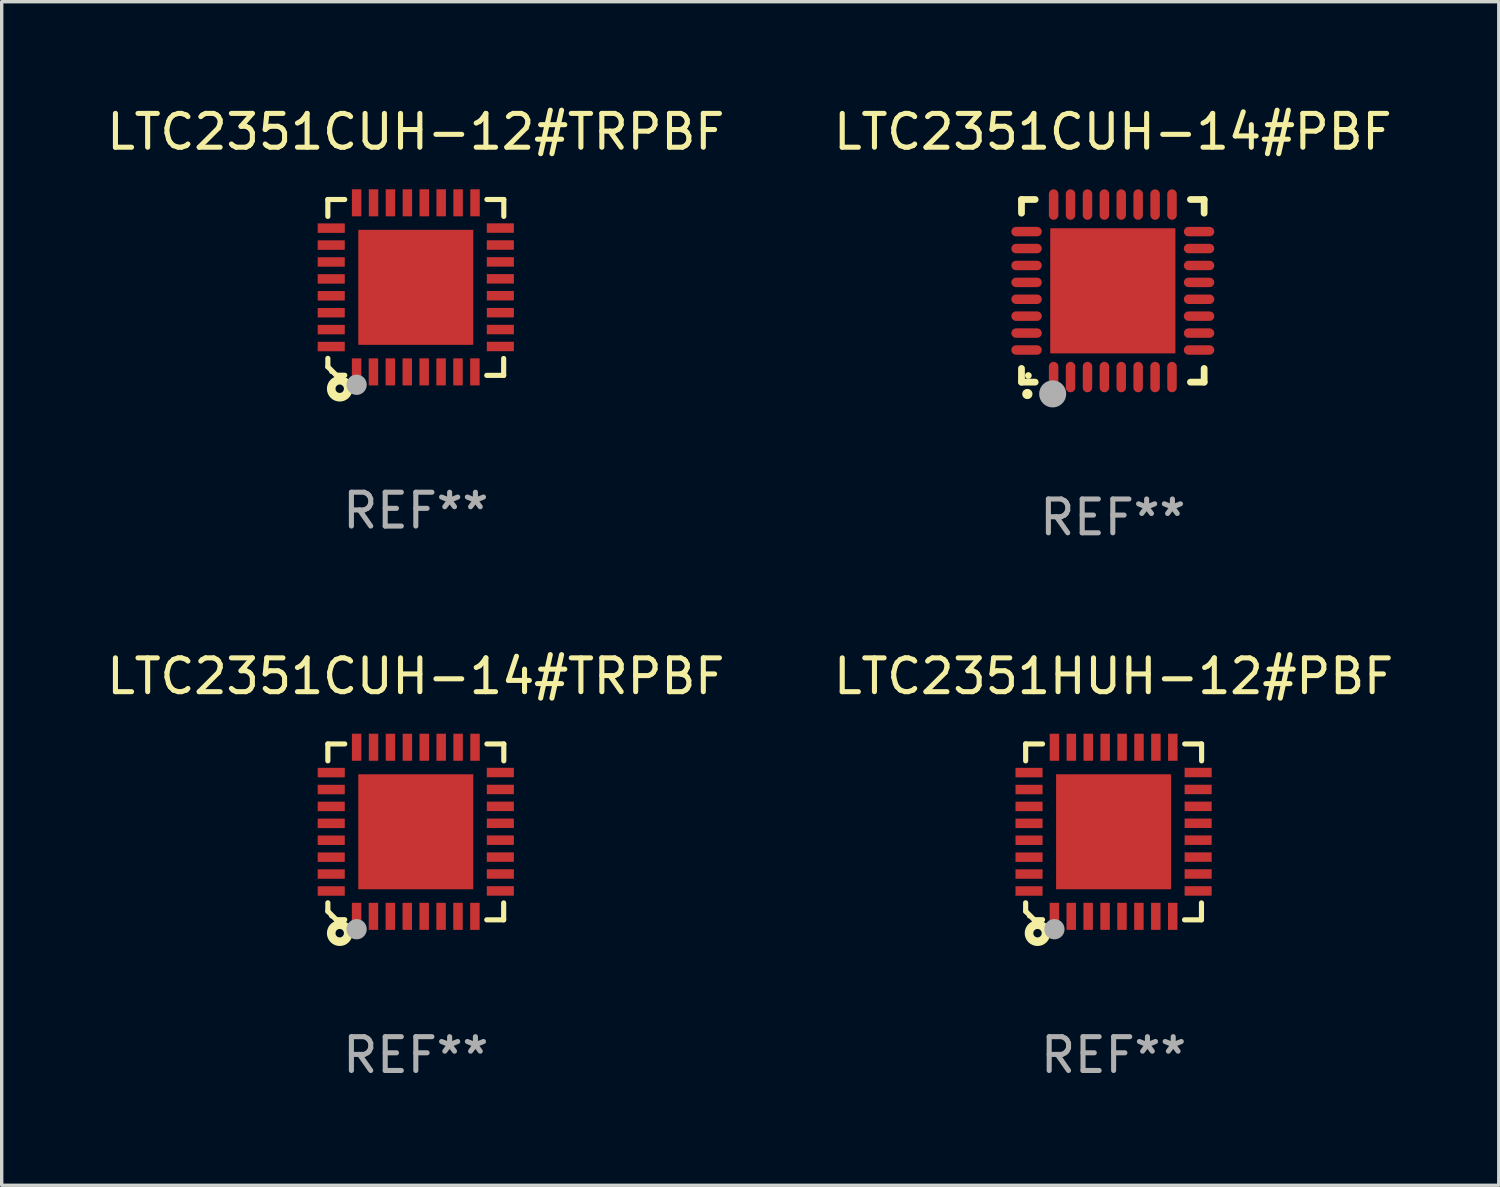
<source format=kicad_pcb>
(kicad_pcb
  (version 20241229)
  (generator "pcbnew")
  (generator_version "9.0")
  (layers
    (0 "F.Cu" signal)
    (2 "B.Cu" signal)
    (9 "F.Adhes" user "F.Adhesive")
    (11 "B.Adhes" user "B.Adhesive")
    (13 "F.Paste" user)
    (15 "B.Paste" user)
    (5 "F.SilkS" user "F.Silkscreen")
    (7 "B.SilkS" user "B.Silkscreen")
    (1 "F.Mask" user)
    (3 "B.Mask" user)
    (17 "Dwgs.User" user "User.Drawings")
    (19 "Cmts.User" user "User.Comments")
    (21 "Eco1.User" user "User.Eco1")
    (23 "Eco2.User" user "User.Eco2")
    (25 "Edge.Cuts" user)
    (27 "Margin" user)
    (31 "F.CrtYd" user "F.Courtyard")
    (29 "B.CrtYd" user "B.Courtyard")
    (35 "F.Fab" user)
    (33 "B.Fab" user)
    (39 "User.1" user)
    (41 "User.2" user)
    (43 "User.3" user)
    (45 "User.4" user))
  (footprint "LTC2351CUH-14#PBF"
    (layer "F.Cu")
    (at 29.851 5.548)
    (property "Reference" "LTC2351CUH-14#PBF" (at 0 -4.7 0) (layer "F.SilkS") (effects (font (size 1 1) (thickness 0.15))))
    (attr through_hole)
    (fp_line (start -2.7 -2.7) (end -2.295 -2.7) (stroke (width 0.2) (type solid)) (layer "F.SilkS"))
    (fp_line (start -2.7 -2.295) (end -2.7 -2.7) (stroke (width 0.2) (type solid)) (layer "F.SilkS"))
    (fp_line (start -2.7 2.7) (end -2.7 2.295) (stroke (width 0.2) (type solid)) (layer "F.SilkS"))
    (fp_line (start -2.295 2.7) (end -2.7 2.7) (stroke (width 0.2) (type solid)) (layer "F.SilkS"))
    (fp_line (start 2.295 2.7) (end 2.7 2.7) (stroke (width 0.2) (type solid)) (layer "F.SilkS"))
    (fp_line (start 2.7 -2.7) (end 2.295 -2.7) (stroke (width 0.2) (type solid)) (layer "F.SilkS"))
    (fp_line (start 2.7 -2.295) (end 2.7 -2.7) (stroke (width 0.2) (type solid)) (layer "F.SilkS"))
    (fp_line (start 2.7 2.7) (end 2.7 2.295) (stroke (width 0.2) (type solid)) (layer "F.SilkS"))
    (fp_arc (start -2.527889 3.050546) (mid -2.526619 3.050541) (end -2.525349 3.050546) (stroke (width 0.3) (type solid)) (layer "F.SilkS"))
    (fp_circle (center -2.497 2.505) (end -2.447 2.505) (stroke (width 0.1) (type solid)) (fill no) (layer "F.SilkS"))
    (fp_circle (center -1.778 3.048) (end -1.578 3.048) (stroke (width 0.4) (type solid)) (fill no) (layer "F.Fab"))
    (fp_text user "REF**" (at 0 6.7 0) (layer "F.Fab") (effects (font (size 1 1) (thickness 0.15))))
    (pad "1" smd oval (at -1.75 2.55) (size 0.28 0.9) (layers "F.Cu" "F.Mask" "F.Paste"))
    (pad "2" smd oval (at -1.25 2.55) (size 0.28 0.9) (layers "F.Cu" "F.Mask" "F.Paste"))
    (pad "3" smd oval (at -0.749 2.55) (size 0.28 0.9) (layers "F.Cu" "F.Mask" "F.Paste"))
    (pad "4" smd oval (at -0.249 2.55) (size 0.28 0.9) (layers "F.Cu" "F.Mask" "F.Paste"))
    (pad "5" smd oval (at 0.249 2.55) (size 0.28 0.9) (layers "F.Cu" "F.Mask" "F.Paste"))
    (pad "6" smd oval (at 0.749 2.55) (size 0.28 0.9) (layers "F.Cu" "F.Mask" "F.Paste"))
    (pad "7" smd oval (at 1.25 2.55) (size 0.28 0.9) (layers "F.Cu" "F.Mask" "F.Paste"))
    (pad "8" smd oval (at 1.75 2.55) (size 0.28 0.9) (layers "F.Cu" "F.Mask" "F.Paste"))
    (pad "9" smd oval (at 2.55 1.75) (size 0.9 0.28) (layers "F.Cu" "F.Mask" "F.Paste"))
    (pad "10" smd oval (at 2.55 1.25) (size 0.9 0.28) (layers "F.Cu" "F.Mask" "F.Paste"))
    (pad "11" smd oval (at 2.55 0.749) (size 0.9 0.28) (layers "F.Cu" "F.Mask" "F.Paste"))
    (pad "12" smd oval (at 2.55 0.249) (size 0.9 0.28) (layers "F.Cu" "F.Mask" "F.Paste"))
    (pad "13" smd oval (at 2.55 -0.249) (size 0.9 0.28) (layers "F.Cu" "F.Mask" "F.Paste"))
    (pad "14" smd oval (at 2.55 -0.749) (size 0.9 0.28) (layers "F.Cu" "F.Mask" "F.Paste"))
    (pad "15" smd oval (at 2.55 -1.25) (size 0.9 0.28) (layers "F.Cu" "F.Mask" "F.Paste"))
    (pad "16" smd oval (at 2.55 -1.75) (size 0.9 0.28) (layers "F.Cu" "F.Mask" "F.Paste"))
    (pad "17" smd oval (at 1.75 -2.55) (size 0.28 0.9) (layers "F.Cu" "F.Mask" "F.Paste"))
    (pad "18" smd oval (at 1.25 -2.55) (size 0.28 0.9) (layers "F.Cu" "F.Mask" "F.Paste"))
    (pad "19" smd oval (at 0.749 -2.55) (size 0.28 0.9) (layers "F.Cu" "F.Mask" "F.Paste"))
    (pad "20" smd oval (at 0.249 -2.55) (size 0.28 0.9) (layers "F.Cu" "F.Mask" "F.Paste"))
    (pad "21" smd oval (at -0.249 -2.55) (size 0.28 0.9) (layers "F.Cu" "F.Mask" "F.Paste"))
    (pad "22" smd oval (at -0.749 -2.55) (size 0.28 0.9) (layers "F.Cu" "F.Mask" "F.Paste"))
    (pad "23" smd oval (at -1.25 -2.55) (size 0.28 0.9) (layers "F.Cu" "F.Mask" "F.Paste"))
    (pad "24" smd oval (at -1.75 -2.55) (size 0.28 0.9) (layers "F.Cu" "F.Mask" "F.Paste"))
    (pad "25" smd oval (at -2.55 -1.75) (size 0.9 0.28) (layers "F.Cu" "F.Mask" "F.Paste"))
    (pad "26" smd oval (at -2.55 -1.25) (size 0.9 0.28) (layers "F.Cu" "F.Mask" "F.Paste"))
    (pad "27" smd oval (at -2.55 -0.749) (size 0.9 0.28) (layers "F.Cu" "F.Mask" "F.Paste"))
    (pad "28" smd oval (at -2.55 -0.249) (size 0.9 0.28) (layers "F.Cu" "F.Mask" "F.Paste"))
    (pad "29" smd oval (at -2.55 0.249) (size 0.9 0.28) (layers "F.Cu" "F.Mask" "F.Paste"))
    (pad "30" smd oval (at -2.55 0.749) (size 0.9 0.28) (layers "F.Cu" "F.Mask" "F.Paste"))
    (pad "31" smd oval (at -2.55 1.25) (size 0.9 0.28) (layers "F.Cu" "F.Mask" "F.Paste"))
    (pad "32" smd oval (at -2.55 1.75) (size 0.9 0.28) (layers "F.Cu" "F.Mask" "F.Paste"))
    (pad "33" smd rect (at 0.000076 0.000076) (size 3.7 3.7) (layers "F.Cu" "F.Mask" "F.Paste")))
  (footprint "LTC2351CUH-12#TRPBF"
    (layer "F.Cu")
    (at 9.244 5.448)
    (property "Reference" "LTC2351CUH-12#TRPBF" (at 0 -4.6 0) (layer "F.SilkS") (effects (font (size 1 1) (thickness 0.15))))
    (attr through_hole)
    (fp_line (start -2.601 2.097) (end -2.601 2.347) (stroke (width 0.152) (type solid)) (layer "F.SilkS"))
    (fp_line (start -2.601 2.347) (end -2.351 2.597) (stroke (width 0.152) (type solid)) (layer "F.SilkS"))
    (fp_line (start -2.601 -2.6) (end -2.601 -2.1) (stroke (width 0.152) (type solid)) (layer "F.SilkS"))
    (fp_line (start -2.601 -2.6) (end -2.101 -2.6) (stroke (width 0.152) (type solid)) (layer "F.SilkS"))
    (fp_line (start -2.351 2.597) (end -2.101 2.597) (stroke (width 0.152) (type solid)) (layer "F.SilkS"))
    (fp_line (start 2.597 2.6) (end 2.097 2.6) (stroke (width 0.152) (type solid)) (layer "F.SilkS"))
    (fp_line (start 2.597 2.6) (end 2.597 2.1) (stroke (width 0.152) (type solid)) (layer "F.SilkS"))
    (fp_line (start 2.601 -2.6) (end 2.101 -2.6) (stroke (width 0.152) (type solid)) (layer "F.SilkS"))
    (fp_line (start 2.601 -2.6) (end 2.601 -2.1) (stroke (width 0.152) (type solid)) (layer "F.SilkS"))
    (fp_circle (center -2.501 2.497) (end -2.471 2.497) (stroke (width 0.06) (type solid)) (fill no) (layer "F.SilkS"))
    (fp_circle (center -2.25 2.995) (end -2.125 2.995) (stroke (width 0.254) (type solid)) (fill no) (layer "F.SilkS"))
    (fp_circle (center -1.751 2.878) (end -1.601 2.878) (stroke (width 0.3) (type solid)) (fill no) (layer "F.Fab"))
    (fp_text user "REF**" (at 0 6.6 0) (layer "F.Fab") (effects (font (size 1 1) (thickness 0.15))))
    (pad "1" smd rect (at -1.751 2.497) (size 0.28 0.8) (layers "F.Cu" "F.Mask" "F.Paste"))
    (pad "2" smd rect (at -1.253 2.497) (size 0.28 0.8) (layers "F.Cu" "F.Mask" "F.Paste"))
    (pad "3" smd rect (at -0.753 2.497) (size 0.28 0.8) (layers "F.Cu" "F.Mask" "F.Paste"))
    (pad "4" smd rect (at -0.253 2.497) (size 0.28 0.8) (layers "F.Cu" "F.Mask" "F.Paste"))
    (pad "5" smd rect (at 0.247 2.497) (size 0.28 0.8) (layers "F.Cu" "F.Mask" "F.Paste"))
    (pad "6" smd rect (at 0.747 2.497) (size 0.28 0.8) (layers "F.Cu" "F.Mask" "F.Paste"))
    (pad "7" smd rect (at 1.247 2.497) (size 0.28 0.8) (layers "F.Cu" "F.Mask" "F.Paste"))
    (pad "8" smd rect (at 1.747 2.497) (size 0.28 0.8) (layers "F.Cu" "F.Mask" "F.Paste"))
    (pad "9" smd rect (at 2.499 1.746) (size 0.8 0.28) (layers "F.Cu" "F.Mask" "F.Paste"))
    (pad "10" smd rect (at 2.499 1.245) (size 0.8 0.28) (layers "F.Cu" "F.Mask" "F.Paste"))
    (pad "11" smd rect (at 2.499 0.746) (size 0.8 0.28) (layers "F.Cu" "F.Mask" "F.Paste"))
    (pad "12" smd rect (at 2.499 0.245) (size 0.8 0.28) (layers "F.Cu" "F.Mask" "F.Paste"))
    (pad "13" smd rect (at 2.499 -0.254) (size 0.8 0.28) (layers "F.Cu" "F.Mask" "F.Paste"))
    (pad "14" smd rect (at 2.499 -0.755) (size 0.8 0.28) (layers "F.Cu" "F.Mask" "F.Paste"))
    (pad "15" smd rect (at 2.499 -1.254) (size 0.8 0.28) (layers "F.Cu" "F.Mask" "F.Paste"))
    (pad "16" smd rect (at 2.499 -1.755) (size 0.8 0.28) (layers "F.Cu" "F.Mask" "F.Paste"))
    (pad "17" smd rect (at 1.75 -2.502) (size 0.28 0.8) (layers "F.Cu" "F.Mask" "F.Paste"))
    (pad "18" smd rect (at 1.25 -2.502) (size 0.28 0.8) (layers "F.Cu" "F.Mask" "F.Paste"))
    (pad "19" smd rect (at 0.75 -2.502) (size 0.28 0.8) (layers "F.Cu" "F.Mask" "F.Paste"))
    (pad "20" smd rect (at 0.25 -2.502) (size 0.28 0.8) (layers "F.Cu" "F.Mask" "F.Paste"))
    (pad "21" smd rect (at -0.25 -2.502) (size 0.28 0.8) (layers "F.Cu" "F.Mask" "F.Paste"))
    (pad "22" smd rect (at -0.75 -2.502) (size 0.28 0.8) (layers "F.Cu" "F.Mask" "F.Paste"))
    (pad "23" smd rect (at -1.25 -2.502) (size 0.28 0.8) (layers "F.Cu" "F.Mask" "F.Paste"))
    (pad "24" smd rect (at -1.75 -2.502) (size 0.28 0.8) (layers "F.Cu" "F.Mask" "F.Paste"))
    (pad "25" smd rect (at -2.501 -1.753) (size 0.8 0.28) (layers "F.Cu" "F.Mask" "F.Paste"))
    (pad "26" smd rect (at -2.501 -1.252) (size 0.8 0.28) (layers "F.Cu" "F.Mask" "F.Paste"))
    (pad "27" smd rect (at -2.501 -0.753) (size 0.8 0.28) (layers "F.Cu" "F.Mask" "F.Paste"))
    (pad "28" smd rect (at -2.501 -0.252) (size 0.8 0.28) (layers "F.Cu" "F.Mask" "F.Paste"))
    (pad "29" smd rect (at -2.501 0.247) (size 0.8 0.28) (layers "F.Cu" "F.Mask" "F.Paste"))
    (pad "30" smd rect (at -2.501 0.748) (size 0.8 0.28) (layers "F.Cu" "F.Mask" "F.Paste"))
    (pad "31" smd rect (at -2.501 1.247) (size 0.8 0.28) (layers "F.Cu" "F.Mask" "F.Paste"))
    (pad "32" smd rect (at -2.501 1.748) (size 0.8 0.28) (layers "F.Cu" "F.Mask" "F.Paste"))
    (pad "33" smd rect (at -0.001 -0.003 180) (size 3.4 3.4) (layers "F.Cu" "F.Mask" "F.Paste")))
  (footprint "LTC2351CUH-14#TRPBF"
    (layer "F.Cu")
    (at 9.244 21.545)
    (property "Reference" "LTC2351CUH-14#TRPBF" (at 0 -4.6 0) (layer "F.SilkS") (effects (font (size 1 1) (thickness 0.15))))
    (attr through_hole)
    (fp_line (start -2.601 2.097) (end -2.601 2.347) (stroke (width 0.152) (type solid)) (layer "F.SilkS"))
    (fp_line (start -2.601 2.347) (end -2.351 2.597) (stroke (width 0.152) (type solid)) (layer "F.SilkS"))
    (fp_line (start -2.601 -2.6) (end -2.601 -2.1) (stroke (width 0.152) (type solid)) (layer "F.SilkS"))
    (fp_line (start -2.601 -2.6) (end -2.101 -2.6) (stroke (width 0.152) (type solid)) (layer "F.SilkS"))
    (fp_line (start -2.351 2.597) (end -2.101 2.597) (stroke (width 0.152) (type solid)) (layer "F.SilkS"))
    (fp_line (start 2.597 2.6) (end 2.097 2.6) (stroke (width 0.152) (type solid)) (layer "F.SilkS"))
    (fp_line (start 2.597 2.6) (end 2.597 2.1) (stroke (width 0.152) (type solid)) (layer "F.SilkS"))
    (fp_line (start 2.601 -2.6) (end 2.101 -2.6) (stroke (width 0.152) (type solid)) (layer "F.SilkS"))
    (fp_line (start 2.601 -2.6) (end 2.601 -2.1) (stroke (width 0.152) (type solid)) (layer "F.SilkS"))
    (fp_circle (center -2.501 2.497) (end -2.471 2.497) (stroke (width 0.06) (type solid)) (fill no) (layer "F.SilkS"))
    (fp_circle (center -2.25 2.995) (end -2.125 2.995) (stroke (width 0.254) (type solid)) (fill no) (layer "F.SilkS"))
    (fp_circle (center -1.751 2.878) (end -1.601 2.878) (stroke (width 0.3) (type solid)) (fill no) (layer "F.Fab"))
    (fp_text user "REF**" (at 0 6.6 0) (layer "F.Fab") (effects (font (size 1 1) (thickness 0.15))))
    (pad "1" smd rect (at -1.751 2.497) (size 0.28 0.8) (layers "F.Cu" "F.Mask" "F.Paste"))
    (pad "2" smd rect (at -1.253 2.497) (size 0.28 0.8) (layers "F.Cu" "F.Mask" "F.Paste"))
    (pad "3" smd rect (at -0.753 2.497) (size 0.28 0.8) (layers "F.Cu" "F.Mask" "F.Paste"))
    (pad "4" smd rect (at -0.253 2.497) (size 0.28 0.8) (layers "F.Cu" "F.Mask" "F.Paste"))
    (pad "5" smd rect (at 0.247 2.497) (size 0.28 0.8) (layers "F.Cu" "F.Mask" "F.Paste"))
    (pad "6" smd rect (at 0.747 2.497) (size 0.28 0.8) (layers "F.Cu" "F.Mask" "F.Paste"))
    (pad "7" smd rect (at 1.247 2.497) (size 0.28 0.8) (layers "F.Cu" "F.Mask" "F.Paste"))
    (pad "8" smd rect (at 1.747 2.497) (size 0.28 0.8) (layers "F.Cu" "F.Mask" "F.Paste"))
    (pad "9" smd rect (at 2.499 1.746) (size 0.8 0.28) (layers "F.Cu" "F.Mask" "F.Paste"))
    (pad "10" smd rect (at 2.499 1.245) (size 0.8 0.28) (layers "F.Cu" "F.Mask" "F.Paste"))
    (pad "11" smd rect (at 2.499 0.746) (size 0.8 0.28) (layers "F.Cu" "F.Mask" "F.Paste"))
    (pad "12" smd rect (at 2.499 0.245) (size 0.8 0.28) (layers "F.Cu" "F.Mask" "F.Paste"))
    (pad "13" smd rect (at 2.499 -0.254) (size 0.8 0.28) (layers "F.Cu" "F.Mask" "F.Paste"))
    (pad "14" smd rect (at 2.499 -0.755) (size 0.8 0.28) (layers "F.Cu" "F.Mask" "F.Paste"))
    (pad "15" smd rect (at 2.499 -1.254) (size 0.8 0.28) (layers "F.Cu" "F.Mask" "F.Paste"))
    (pad "16" smd rect (at 2.499 -1.755) (size 0.8 0.28) (layers "F.Cu" "F.Mask" "F.Paste"))
    (pad "17" smd rect (at 1.75 -2.502) (size 0.28 0.8) (layers "F.Cu" "F.Mask" "F.Paste"))
    (pad "18" smd rect (at 1.25 -2.502) (size 0.28 0.8) (layers "F.Cu" "F.Mask" "F.Paste"))
    (pad "19" smd rect (at 0.75 -2.502) (size 0.28 0.8) (layers "F.Cu" "F.Mask" "F.Paste"))
    (pad "20" smd rect (at 0.25 -2.502) (size 0.28 0.8) (layers "F.Cu" "F.Mask" "F.Paste"))
    (pad "21" smd rect (at -0.25 -2.502) (size 0.28 0.8) (layers "F.Cu" "F.Mask" "F.Paste"))
    (pad "22" smd rect (at -0.75 -2.502) (size 0.28 0.8) (layers "F.Cu" "F.Mask" "F.Paste"))
    (pad "23" smd rect (at -1.25 -2.502) (size 0.28 0.8) (layers "F.Cu" "F.Mask" "F.Paste"))
    (pad "24" smd rect (at -1.75 -2.502) (size 0.28 0.8) (layers "F.Cu" "F.Mask" "F.Paste"))
    (pad "25" smd rect (at -2.501 -1.753) (size 0.8 0.28) (layers "F.Cu" "F.Mask" "F.Paste"))
    (pad "26" smd rect (at -2.501 -1.252) (size 0.8 0.28) (layers "F.Cu" "F.Mask" "F.Paste"))
    (pad "27" smd rect (at -2.501 -0.753) (size 0.8 0.28) (layers "F.Cu" "F.Mask" "F.Paste"))
    (pad "28" smd rect (at -2.501 -0.252) (size 0.8 0.28) (layers "F.Cu" "F.Mask" "F.Paste"))
    (pad "29" smd rect (at -2.501 0.247) (size 0.8 0.28) (layers "F.Cu" "F.Mask" "F.Paste"))
    (pad "30" smd rect (at -2.501 0.748) (size 0.8 0.28) (layers "F.Cu" "F.Mask" "F.Paste"))
    (pad "31" smd rect (at -2.501 1.247) (size 0.8 0.28) (layers "F.Cu" "F.Mask" "F.Paste"))
    (pad "32" smd rect (at -2.501 1.748) (size 0.8 0.28) (layers "F.Cu" "F.Mask" "F.Paste"))
    (pad "33" smd rect (at -0.001 -0.003 180) (size 3.4 3.4) (layers "F.Cu" "F.Mask" "F.Paste")))
  (footprint "LTC2351HUH-12#PBF"
    (layer "F.Cu")
    (at 29.875 21.545)
    (property "Reference" "LTC2351HUH-12#PBF" (at 0 -4.6 0) (layer "F.SilkS") (effects (font (size 1 1) (thickness 0.15))))
    (attr through_hole)
    (fp_line (start -2.601 2.097) (end -2.601 2.347) (stroke (width 0.152) (type solid)) (layer "F.SilkS"))
    (fp_line (start -2.601 2.347) (end -2.351 2.597) (stroke (width 0.152) (type solid)) (layer "F.SilkS"))
    (fp_line (start -2.601 -2.6) (end -2.601 -2.1) (stroke (width 0.152) (type solid)) (layer "F.SilkS"))
    (fp_line (start -2.601 -2.6) (end -2.101 -2.6) (stroke (width 0.152) (type solid)) (layer "F.SilkS"))
    (fp_line (start -2.351 2.597) (end -2.101 2.597) (stroke (width 0.152) (type solid)) (layer "F.SilkS"))
    (fp_line (start 2.597 2.6) (end 2.097 2.6) (stroke (width 0.152) (type solid)) (layer "F.SilkS"))
    (fp_line (start 2.597 2.6) (end 2.597 2.1) (stroke (width 0.152) (type solid)) (layer "F.SilkS"))
    (fp_line (start 2.601 -2.6) (end 2.101 -2.6) (stroke (width 0.152) (type solid)) (layer "F.SilkS"))
    (fp_line (start 2.601 -2.6) (end 2.601 -2.1) (stroke (width 0.152) (type solid)) (layer "F.SilkS"))
    (fp_circle (center -2.501 2.497) (end -2.471 2.497) (stroke (width 0.06) (type solid)) (fill no) (layer "F.SilkS"))
    (fp_circle (center -2.25 2.995) (end -2.125 2.995) (stroke (width 0.254) (type solid)) (fill no) (layer "F.SilkS"))
    (fp_circle (center -1.751 2.878) (end -1.601 2.878) (stroke (width 0.3) (type solid)) (fill no) (layer "F.Fab"))
    (fp_text user "REF**" (at 0 6.6 0) (layer "F.Fab") (effects (font (size 1 1) (thickness 0.15))))
    (pad "1" smd rect (at -1.751 2.497) (size 0.28 0.8) (layers "F.Cu" "F.Mask" "F.Paste"))
    (pad "2" smd rect (at -1.253 2.497) (size 0.28 0.8) (layers "F.Cu" "F.Mask" "F.Paste"))
    (pad "3" smd rect (at -0.753 2.497) (size 0.28 0.8) (layers "F.Cu" "F.Mask" "F.Paste"))
    (pad "4" smd rect (at -0.253 2.497) (size 0.28 0.8) (layers "F.Cu" "F.Mask" "F.Paste"))
    (pad "5" smd rect (at 0.247 2.497) (size 0.28 0.8) (layers "F.Cu" "F.Mask" "F.Paste"))
    (pad "6" smd rect (at 0.747 2.497) (size 0.28 0.8) (layers "F.Cu" "F.Mask" "F.Paste"))
    (pad "7" smd rect (at 1.247 2.497) (size 0.28 0.8) (layers "F.Cu" "F.Mask" "F.Paste"))
    (pad "8" smd rect (at 1.747 2.497) (size 0.28 0.8) (layers "F.Cu" "F.Mask" "F.Paste"))
    (pad "9" smd rect (at 2.499 1.746) (size 0.8 0.28) (layers "F.Cu" "F.Mask" "F.Paste"))
    (pad "10" smd rect (at 2.499 1.245) (size 0.8 0.28) (layers "F.Cu" "F.Mask" "F.Paste"))
    (pad "11" smd rect (at 2.499 0.746) (size 0.8 0.28) (layers "F.Cu" "F.Mask" "F.Paste"))
    (pad "12" smd rect (at 2.499 0.245) (size 0.8 0.28) (layers "F.Cu" "F.Mask" "F.Paste"))
    (pad "13" smd rect (at 2.499 -0.254) (size 0.8 0.28) (layers "F.Cu" "F.Mask" "F.Paste"))
    (pad "14" smd rect (at 2.499 -0.755) (size 0.8 0.28) (layers "F.Cu" "F.Mask" "F.Paste"))
    (pad "15" smd rect (at 2.499 -1.254) (size 0.8 0.28) (layers "F.Cu" "F.Mask" "F.Paste"))
    (pad "16" smd rect (at 2.499 -1.755) (size 0.8 0.28) (layers "F.Cu" "F.Mask" "F.Paste"))
    (pad "17" smd rect (at 1.75 -2.502) (size 0.28 0.8) (layers "F.Cu" "F.Mask" "F.Paste"))
    (pad "18" smd rect (at 1.25 -2.502) (size 0.28 0.8) (layers "F.Cu" "F.Mask" "F.Paste"))
    (pad "19" smd rect (at 0.75 -2.502) (size 0.28 0.8) (layers "F.Cu" "F.Mask" "F.Paste"))
    (pad "20" smd rect (at 0.25 -2.502) (size 0.28 0.8) (layers "F.Cu" "F.Mask" "F.Paste"))
    (pad "21" smd rect (at -0.25 -2.502) (size 0.28 0.8) (layers "F.Cu" "F.Mask" "F.Paste"))
    (pad "22" smd rect (at -0.75 -2.502) (size 0.28 0.8) (layers "F.Cu" "F.Mask" "F.Paste"))
    (pad "23" smd rect (at -1.25 -2.502) (size 0.28 0.8) (layers "F.Cu" "F.Mask" "F.Paste"))
    (pad "24" smd rect (at -1.75 -2.502) (size 0.28 0.8) (layers "F.Cu" "F.Mask" "F.Paste"))
    (pad "25" smd rect (at -2.501 -1.753) (size 0.8 0.28) (layers "F.Cu" "F.Mask" "F.Paste"))
    (pad "26" smd rect (at -2.501 -1.252) (size 0.8 0.28) (layers "F.Cu" "F.Mask" "F.Paste"))
    (pad "27" smd rect (at -2.501 -0.753) (size 0.8 0.28) (layers "F.Cu" "F.Mask" "F.Paste"))
    (pad "28" smd rect (at -2.501 -0.252) (size 0.8 0.28) (layers "F.Cu" "F.Mask" "F.Paste"))
    (pad "29" smd rect (at -2.501 0.247) (size 0.8 0.28) (layers "F.Cu" "F.Mask" "F.Paste"))
    (pad "30" smd rect (at -2.501 0.748) (size 0.8 0.28) (layers "F.Cu" "F.Mask" "F.Paste"))
    (pad "31" smd rect (at -2.501 1.247) (size 0.8 0.28) (layers "F.Cu" "F.Mask" "F.Paste"))
    (pad "32" smd rect (at -2.501 1.748) (size 0.8 0.28) (layers "F.Cu" "F.Mask" "F.Paste"))
    (pad "33" smd rect (at -0.001 -0.003 180) (size 3.4 3.4) (layers "F.Cu" "F.Mask" "F.Paste")))
  (gr_rect
    (start -3 -3)
    (end 41.262 31.993)
    (stroke (width 0.1) (type default))
    (fill no)
    (layer "Edge.Cuts")))
</source>
